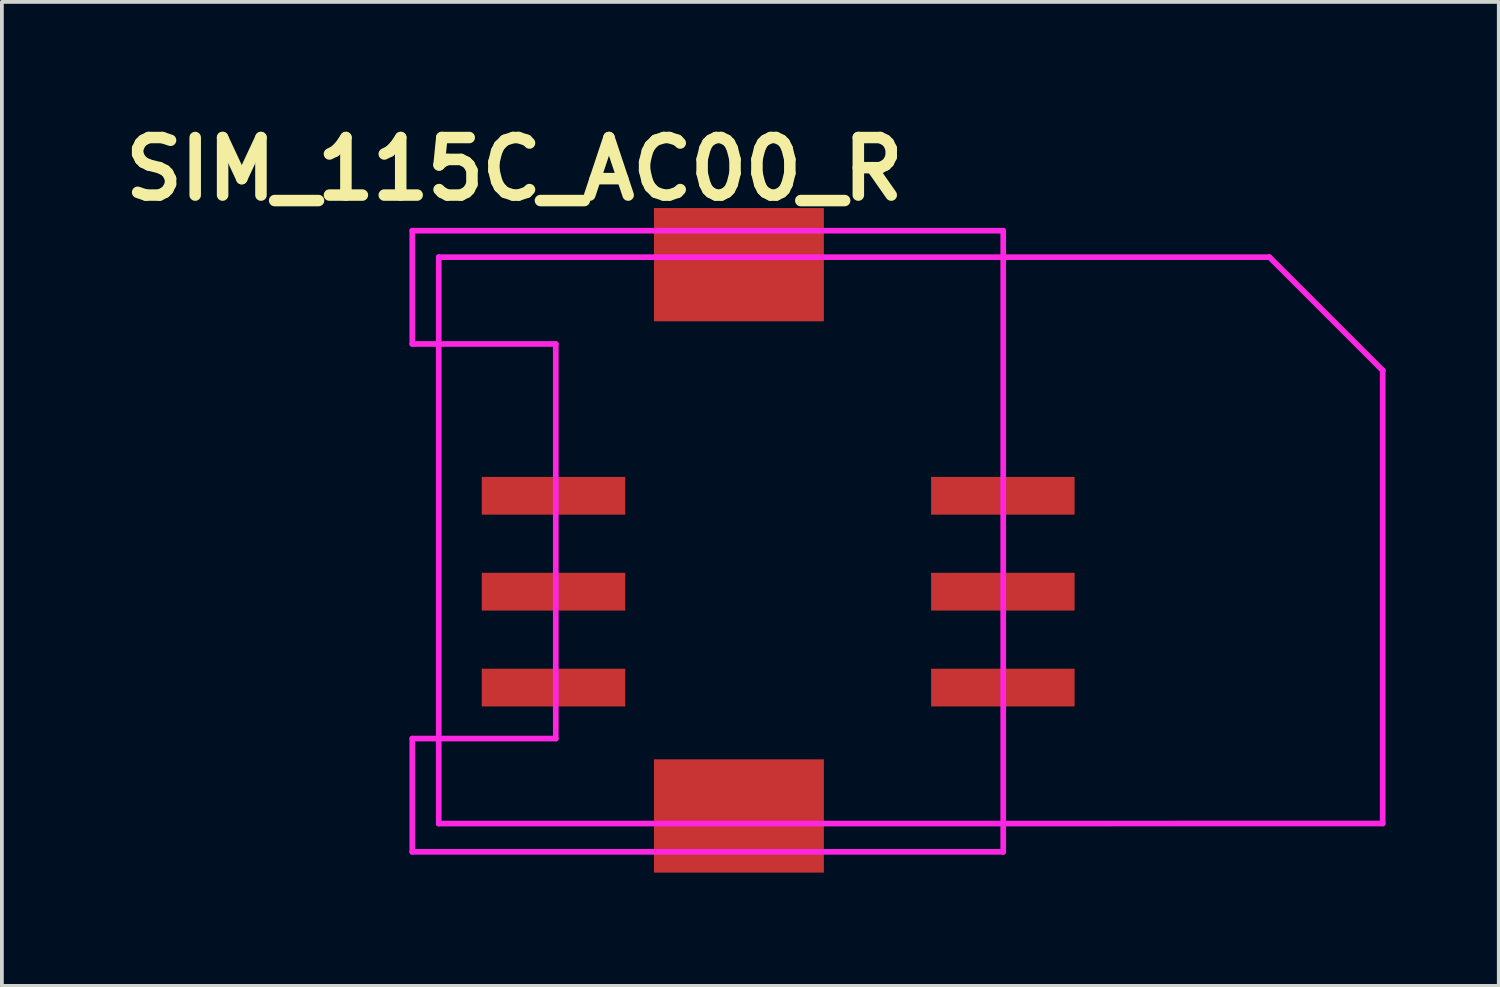
<source format=kicad_pcb>
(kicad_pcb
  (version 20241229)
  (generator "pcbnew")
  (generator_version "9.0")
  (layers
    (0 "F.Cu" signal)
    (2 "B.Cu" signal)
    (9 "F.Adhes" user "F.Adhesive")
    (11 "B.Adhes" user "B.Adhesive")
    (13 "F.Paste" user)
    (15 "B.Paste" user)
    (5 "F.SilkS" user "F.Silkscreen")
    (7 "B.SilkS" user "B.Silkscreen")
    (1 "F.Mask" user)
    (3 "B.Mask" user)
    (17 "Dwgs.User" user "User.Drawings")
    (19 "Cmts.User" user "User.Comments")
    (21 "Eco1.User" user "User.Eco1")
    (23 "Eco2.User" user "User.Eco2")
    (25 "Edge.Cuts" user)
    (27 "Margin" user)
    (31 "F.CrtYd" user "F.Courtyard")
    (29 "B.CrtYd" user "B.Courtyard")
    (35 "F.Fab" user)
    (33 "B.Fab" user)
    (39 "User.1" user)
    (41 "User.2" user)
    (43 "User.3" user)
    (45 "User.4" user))
  (footprint "SIM_115C_AC00_R"
    (layer "F.Cu")
    (at 7.869 3.06)
    (property "Reference" "SIM_115C_AC00_R" (at 2.705 -1.633 0) (layer "F.SilkS") (effects (font (size 1.524 1.524) (thickness 0.305))))
    (attr through_hole)
    (fp_line (start 0 0) (end 0 3) (stroke (width 0.15) (type solid)) (layer "F.CrtYd"))
    (fp_line (start 0 3) (end 3.8 3) (stroke (width 0.15) (type solid)) (layer "F.CrtYd"))
    (fp_line (start 0 13.45) (end 0 16.45) (stroke (width 0.15) (type solid)) (layer "F.CrtYd"))
    (fp_line (start 0 16.45) (end 15.65 16.45) (stroke (width 0.15) (type solid)) (layer "F.CrtYd"))
    (fp_line (start 0.7 0.7) (end 22.7 0.7) (stroke (width 0.15) (type solid)) (layer "F.CrtYd"))
    (fp_line (start 0.7 15.701) (end 0.7 0.7) (stroke (width 0.15) (type solid)) (layer "F.CrtYd"))
    (fp_line (start 3.8 3) (end 3.8 13.45) (stroke (width 0.15) (type solid)) (layer "F.CrtYd"))
    (fp_line (start 3.8 13.45) (end 0 13.45) (stroke (width 0.15) (type solid)) (layer "F.CrtYd"))
    (fp_line (start 15.65 0) (end 0 0) (stroke (width 0.15) (type solid)) (layer "F.CrtYd"))
    (fp_line (start 15.65 16.45) (end 15.65 0) (stroke (width 0.15) (type solid)) (layer "F.CrtYd"))
    (fp_line (start 25.7 3.7) (end 22.698 0.698) (stroke (width 0.15) (type solid)) (layer "F.CrtYd"))
    (fp_line (start 25.7 3.7) (end 25.7 15.699) (stroke (width 0.15) (type solid)) (layer "F.CrtYd"))
    (fp_line (start 25.7 15.7) (end 0.7 15.701) (stroke (width 0.15) (type solid)) (layer "F.CrtYd"))
    (pad "" smd rect (at 8.65 0.9) (size 4.5 3) (layers "F.Cu" "F.Mask" "F.Paste"))
    (pad "" smd rect (at 8.65 15.5) (size 4.5 3) (layers "F.Cu" "F.Mask" "F.Paste"))
    (pad "1" smd rect (at 3.74 12.1) (size 3.8 1) (layers "F.Cu" "F.Mask" "F.Paste"))
    (pad "2" smd rect (at 3.74 9.56) (size 3.8 1) (layers "F.Cu" "F.Mask" "F.Paste"))
    (pad "3" smd rect (at 3.74 7.02) (size 3.8 1) (layers "F.Cu" "F.Mask" "F.Paste"))
    (pad "4" smd rect (at 15.64 12.1) (size 3.8 1) (layers "F.Cu" "F.Mask" "F.Paste"))
    (pad "5" smd rect (at 15.64 9.56) (size 3.8 1) (layers "F.Cu" "F.Mask" "F.Paste"))
    (pad "6" smd rect (at 15.64 7.02) (size 3.8 1) (layers "F.Cu" "F.Mask" "F.Paste")))
  (gr_rect
    (start -3 -3)
    (end 36.643 23.06)
    (stroke (width 0.1) (type default))
    (fill no)
    (layer "Edge.Cuts")))
</source>
